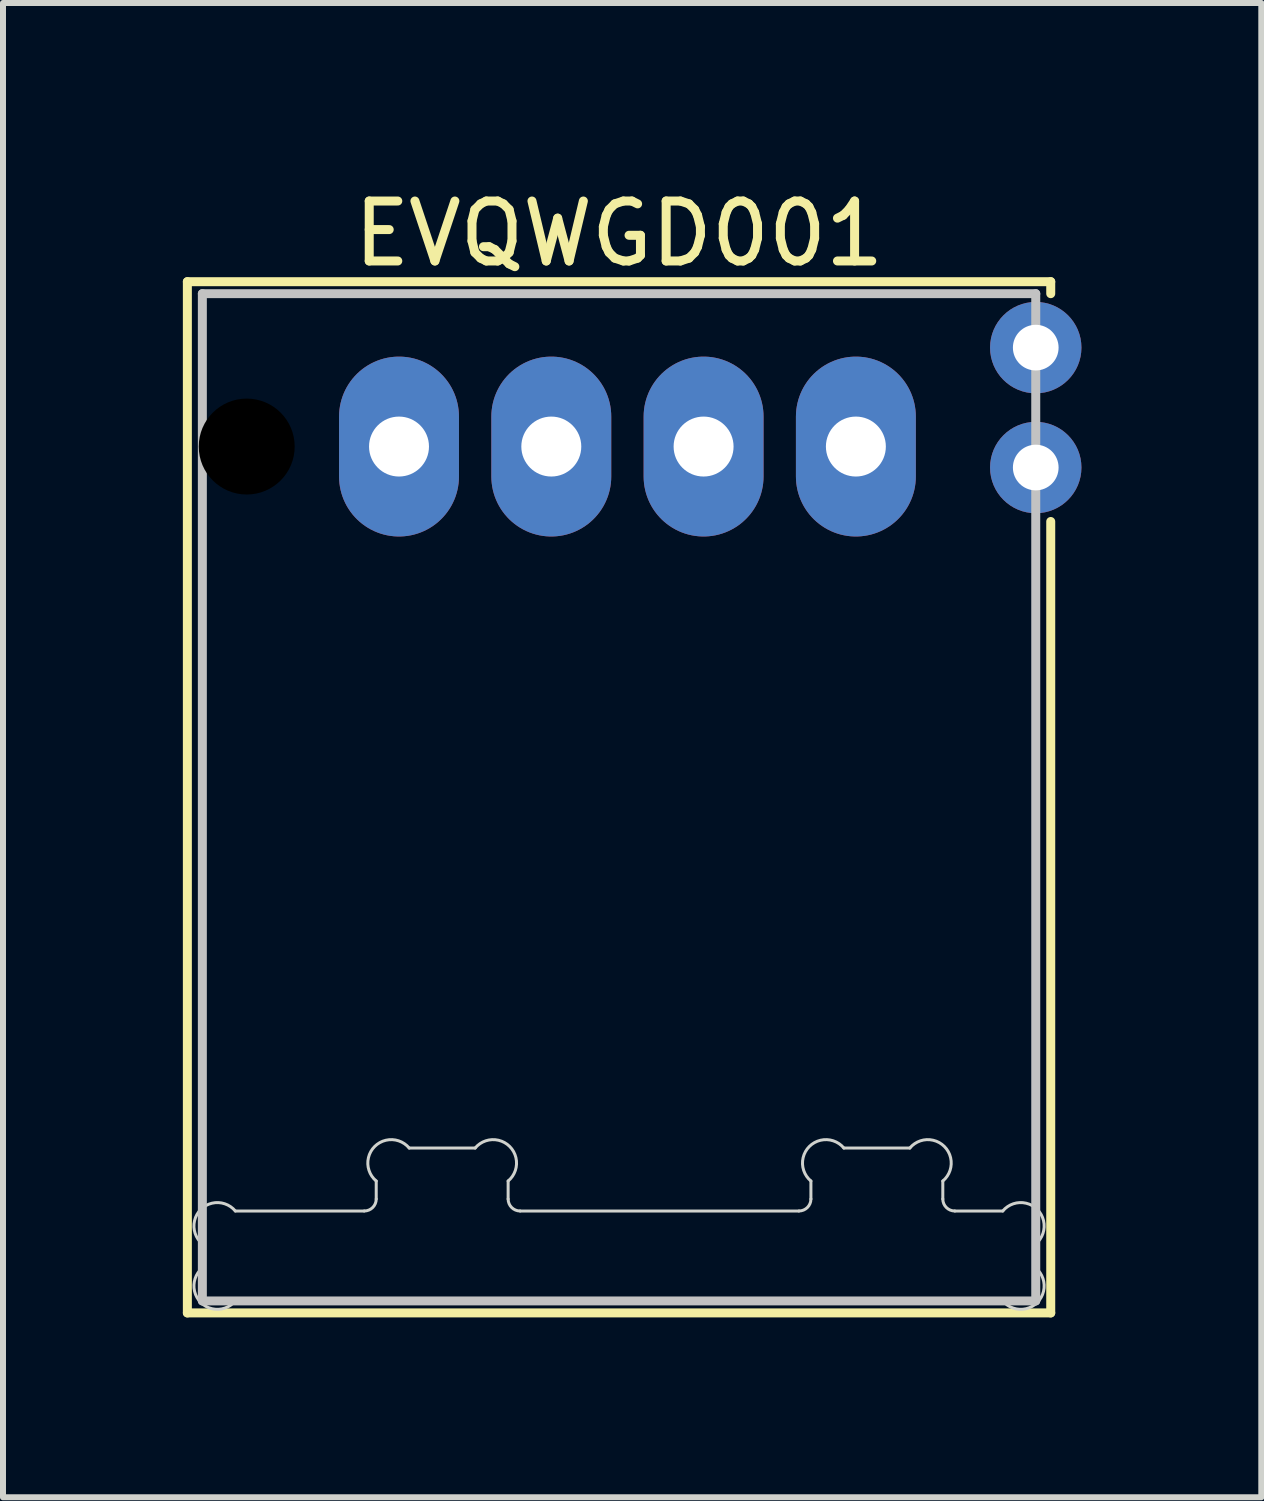
<source format=kicad_pcb>
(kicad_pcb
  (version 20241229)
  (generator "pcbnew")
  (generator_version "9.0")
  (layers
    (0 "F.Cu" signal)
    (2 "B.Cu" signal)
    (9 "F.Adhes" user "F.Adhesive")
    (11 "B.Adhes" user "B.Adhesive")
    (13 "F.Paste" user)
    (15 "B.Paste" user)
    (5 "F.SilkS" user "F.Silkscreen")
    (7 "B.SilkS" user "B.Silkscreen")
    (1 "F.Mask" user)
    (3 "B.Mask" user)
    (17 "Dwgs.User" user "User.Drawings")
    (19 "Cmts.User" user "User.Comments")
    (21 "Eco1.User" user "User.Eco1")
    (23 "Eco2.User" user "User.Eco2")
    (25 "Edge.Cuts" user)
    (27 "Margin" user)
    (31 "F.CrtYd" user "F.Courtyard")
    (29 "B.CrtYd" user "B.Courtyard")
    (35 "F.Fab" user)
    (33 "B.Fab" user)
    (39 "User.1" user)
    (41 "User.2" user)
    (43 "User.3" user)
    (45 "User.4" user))
  (footprint "EVQWGD001"
    (layer "F.Cu")
    (at 7.275 10.248)
    (property "Reference" "EVQWGD001" (at 0 -9.4 180) (layer "F.SilkS") (effects (font (size 1 1) (thickness 0.15))))
    (attr through_hole)
    (fp_line (start -7.2 -8.6) (end -7.2 8.6) (stroke (width 0.15) (type solid)) (layer "F.SilkS"))
    (fp_line (start -7.2 -8.6) (end 7.2 -8.6) (stroke (width 0.15) (type solid)) (layer "F.SilkS"))
    (fp_line (start -7.2 8.6) (end 7.2 8.6) (stroke (width 0.15) (type solid)) (layer "F.SilkS"))
    (fp_line (start 7.2 -8.6) (end 7.2 -8.4) (stroke (width 0.15) (type solid)) (layer "F.SilkS"))
    (fp_line (start 7.2 -4.6) (end 7.2 8.6) (stroke (width 0.15) (type solid)) (layer "F.SilkS"))
    (fp_line (start -6.95 -8.4) (end -6.95 8.4) (stroke (width 0.15) (type solid)) (layer "Dwgs.User"))
    (fp_line (start -6.95 -8.4) (end 6.95 -8.4) (stroke (width 0.15) (type solid)) (layer "Dwgs.User"))
    (fp_line (start -6.95 8.4) (end 6.95 8.4) (stroke (width 0.15) (type solid)) (layer "Dwgs.User"))
    (fp_line (start 6.95 -8.4) (end 6.95 8.4) (stroke (width 0.15) (type solid)) (layer "Dwgs.User"))
    (fp_line (start -6.95 7.45) (end -6.95 7.85) (stroke (width 0.05) (type solid)) (layer "Edge.Cuts"))
    (fp_line (start -6.4 6.9) (end -4.25 6.9) (stroke (width 0.05) (type solid)) (layer "Edge.Cuts"))
    (fp_line (start -6.4 8.4) (end 6.4 8.4) (stroke (width 0.05) (type solid)) (layer "Edge.Cuts"))
    (fp_line (start -4.05 6.7) (end -4.05 6.4) (stroke (width 0.05) (type solid)) (layer "Edge.Cuts"))
    (fp_line (start -2.4 5.85) (end -3.5 5.85) (stroke (width 0.05) (type solid)) (layer "Edge.Cuts"))
    (fp_line (start -1.85 6.7) (end -1.85 6.4) (stroke (width 0.05) (type solid)) (layer "Edge.Cuts"))
    (fp_line (start -1.65 6.9) (end 3 6.9) (stroke (width 0.05) (type solid)) (layer "Edge.Cuts"))
    (fp_line (start 3.2 6.7) (end 3.2 6.4) (stroke (width 0.05) (type solid)) (layer "Edge.Cuts"))
    (fp_line (start 4.85 5.85) (end 3.75 5.85) (stroke (width 0.05) (type solid)) (layer "Edge.Cuts"))
    (fp_line (start 5.4 6.7) (end 5.4 6.4) (stroke (width 0.05) (type solid)) (layer "Edge.Cuts"))
    (fp_line (start 5.6 6.9) (end 6.4 6.9) (stroke (width 0.05) (type solid)) (layer "Edge.Cuts"))
    (fp_line (start 6.95 7.45) (end 6.95 7.85) (stroke (width 0.05) (type solid)) (layer "Edge.Cuts"))
    (fp_arc (start -6.94997 7.450024) (mid -6.976147 6.87388) (end -6.4 6.900001) (stroke (width 0.05) (type solid)) (layer "Edge.Cuts"))
    (fp_arc (start -6.4 8.4) (mid -6.976134 8.426134) (end -6.95 7.85) (stroke (width 0.05) (type solid)) (layer "Edge.Cuts"))
    (fp_arc (start -4.05 6.4) (mid -4.076134 5.823866) (end -3.5 5.85) (stroke (width 0.05) (type solid)) (layer "Edge.Cuts"))
    (fp_arc (start -4.05 6.7) (mid -4.108579 6.841421) (end -4.25 6.9) (stroke (width 0.05) (type solid)) (layer "Edge.Cuts"))
    (fp_arc (start -2.4 5.85) (mid -1.823866 5.823866) (end -1.85 6.4) (stroke (width 0.05) (type solid)) (layer "Edge.Cuts"))
    (fp_arc (start -1.65 6.9) (mid -1.791421 6.841421) (end -1.85 6.7) (stroke (width 0.05) (type solid)) (layer "Edge.Cuts"))
    (fp_arc (start 3.2 6.4) (mid 3.173866 5.823866) (end 3.75 5.85) (stroke (width 0.05) (type solid)) (layer "Edge.Cuts"))
    (fp_arc (start 3.2 6.7) (mid 3.141421 6.841421) (end 3 6.9) (stroke (width 0.05) (type solid)) (layer "Edge.Cuts"))
    (fp_arc (start 4.85 5.85) (mid 5.426134 5.823866) (end 5.4 6.4) (stroke (width 0.05) (type solid)) (layer "Edge.Cuts"))
    (fp_arc (start 5.6 6.9) (mid 5.458579 6.841421) (end 5.4 6.7) (stroke (width 0.05) (type solid)) (layer "Edge.Cuts"))
    (fp_arc (start 6.4 6.9) (mid 6.976134 6.873866) (end 6.95 7.45) (stroke (width 0.05) (type solid)) (layer "Edge.Cuts"))
    (fp_arc (start 6.95 7.85) (mid 6.976134 8.426134) (end 6.4 8.4) (stroke (width 0.05) (type solid)) (layer "Edge.Cuts"))
    (pad "" np_thru_hole circle (at -6.21 -5.85) (size 1.6 1.6) (drill 1.6) (layers "*.Mask"))
    (pad "A" thru_hole oval (at 3.95 -5.85) (size 2 3) (drill 1) (layers "*.Cu" "*.Mask"))
    (pad "B" thru_hole oval (at 1.41 -5.85) (size 2 3) (drill 1) (layers "*.Cu" "*.Mask"))
    (pad "C" thru_hole oval (at -1.13 -5.85) (size 2 3) (drill 1) (layers "*.Cu" "*.Mask"))
    (pad "NC" thru_hole oval (at -3.67 -5.85) (size 2 3) (drill 1) (layers "*.Cu" "*.Mask"))
    (pad "S1" thru_hole circle (at 6.95 -7.5) (size 1.524 1.524) (drill 0.762) (layers "*.Cu" "*.Mask"))
    (pad "S2" thru_hole oval (at 6.95 -5.5) (size 1.524 1.524) (drill 0.762) (layers "*.Cu" "*.Mask")))
  (gr_rect
    (start -3 -3)
    (end 17.987 21.923)
    (stroke (width 0.1) (type default))
    (fill no)
    (layer "Edge.Cuts")))
</source>
